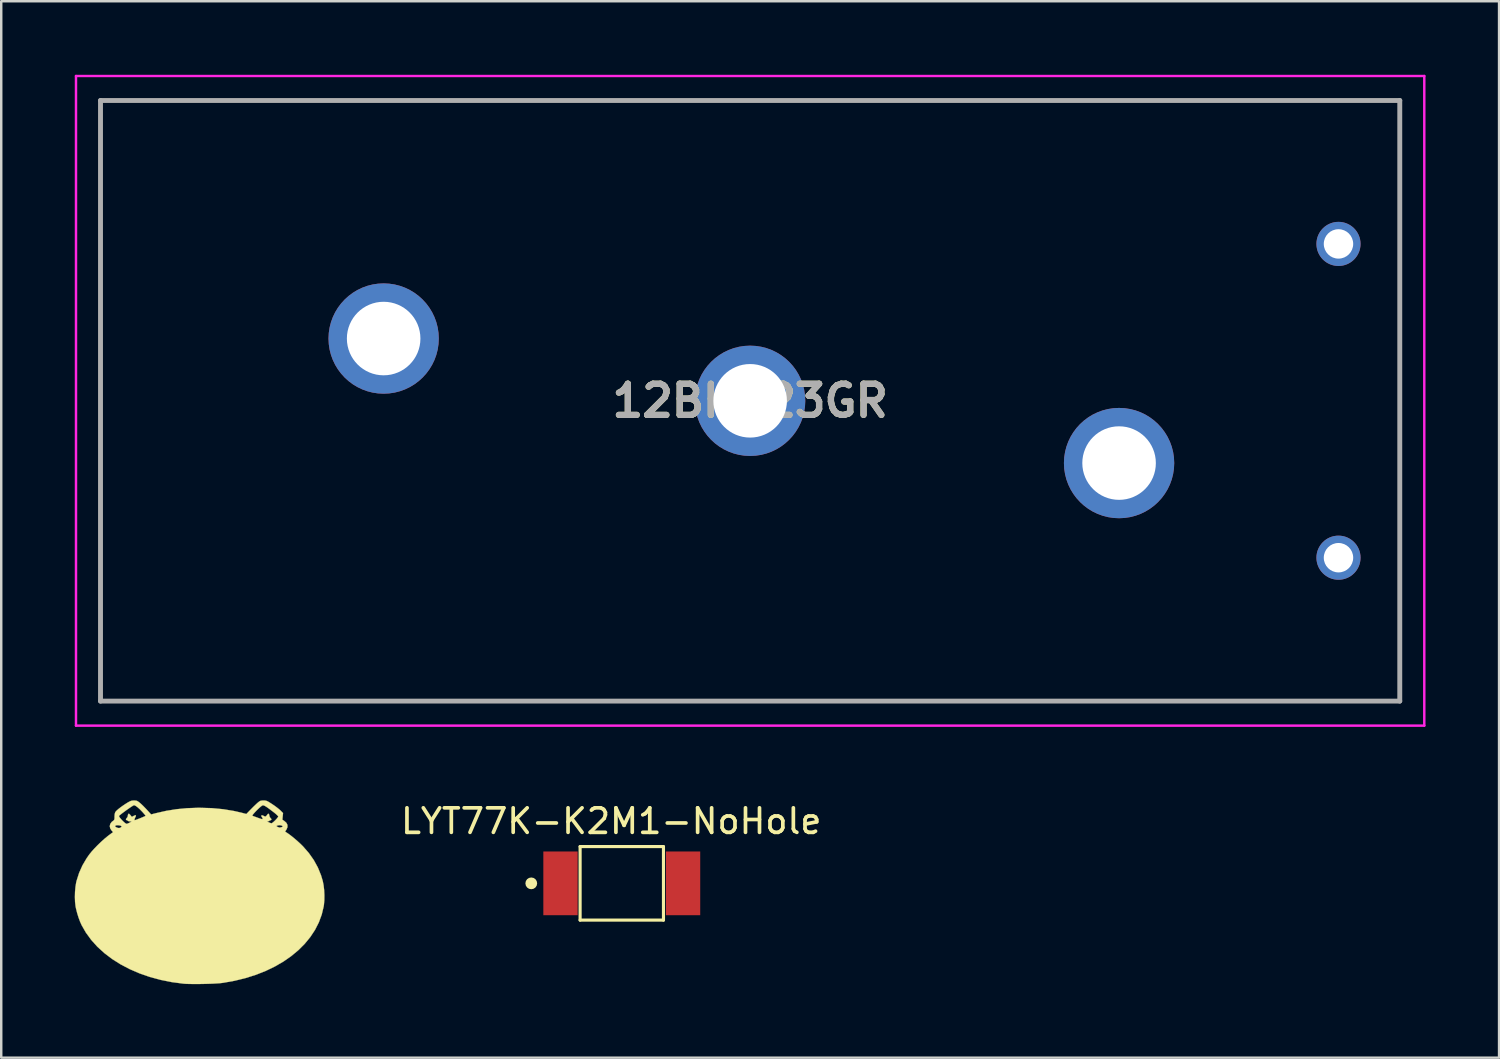
<source format=kicad_pcb>
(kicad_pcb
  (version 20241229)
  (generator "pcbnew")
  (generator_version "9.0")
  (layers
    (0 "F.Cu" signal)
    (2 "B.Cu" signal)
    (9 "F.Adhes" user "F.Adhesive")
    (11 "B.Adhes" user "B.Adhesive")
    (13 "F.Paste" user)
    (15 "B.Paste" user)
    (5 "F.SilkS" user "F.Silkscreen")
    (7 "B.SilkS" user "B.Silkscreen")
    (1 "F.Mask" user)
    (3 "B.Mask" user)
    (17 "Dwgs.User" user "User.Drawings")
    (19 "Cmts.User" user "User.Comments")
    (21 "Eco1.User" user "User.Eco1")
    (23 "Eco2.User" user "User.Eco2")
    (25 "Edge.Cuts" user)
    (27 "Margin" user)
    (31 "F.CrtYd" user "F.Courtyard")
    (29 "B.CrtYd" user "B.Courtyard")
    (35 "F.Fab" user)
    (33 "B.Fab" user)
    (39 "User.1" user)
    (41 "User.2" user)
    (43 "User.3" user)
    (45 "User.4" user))
  (footprint "logoMeli"
    (layer "F.Cu")
    (at 5.083 33.373)
    (property "Reference" "logoMeli" (at 0 0 0) (layer "F.SilkS") (effects (font (size 1.27 1.27) (thickness 0.15))))
    (attr through_hole)
    (fp_poly (pts (xy -2.634 -3.571) (xy -2.582 -3.548) (xy -2.521 -3.504) (xy -2.447 -3.439) (xy -2.354 -3.35) (xy -2.24 -3.236) (xy -2.1 -3.094) (xy -2.092 -3.085) (xy -1.606 -2.593) (xy -1.446 -2.265) (xy -1.3 -1.96) (xy -1.159 -1.655) (xy -1.019 -1.343) (xy -0.877 -1.017) (xy -0.73 -0.67) (xy -0.574 -0.294) (xy -0.474 -0.045) (xy -0.394 0.152) (xy -0.33 0.315) (xy -0.279 0.449) (xy -0.24 0.559) (xy -0.211 0.649) (xy -0.191 0.724) (xy -0.179 0.79) (xy -0.172 0.85) (xy -0.169 0.91) (xy -0.169 0.928) (xy -0.18 1.041) (xy -0.217 1.128) (xy -0.286 1.198) (xy -0.386 1.257) (xy -0.441 1.281) (xy -0.5 1.301) (xy -0.57 1.318) (xy -0.657 1.333) (xy -0.765 1.347) (xy -0.9 1.361) (xy -1.068 1.375) (xy -1.206 1.386) (xy -1.553 1.409) (xy -1.862 1.423) (xy -2.139 1.429) (xy -2.388 1.425) (xy -2.614 1.414) (xy -2.688 1.408) (xy -3.069 1.368) (xy -3.413 1.321) (xy -3.715 1.267) (xy -3.891 1.239) (xy -4.033 1.233) (xy -4.145 1.249) (xy -4.228 1.288) (xy -4.229 1.288) (xy -4.284 1.318) (xy -4.329 1.325) (xy -4.334 1.324) (xy -4.36 1.301) (xy -4.403 1.249) (xy -4.457 1.175) (xy -4.518 1.086) (xy -4.58 0.989) (xy -4.639 0.893) (xy -4.69 0.803) (xy -4.716 0.751) (xy -4.8 0.551) (xy -4.863 0.34) (xy -4.889 0.212) (xy -4.901 0.111) (xy -4.908 0.004) (xy -4.909 -0.096) (xy -4.905 -0.181) (xy -4.896 -0.239) (xy -4.889 -0.254) (xy -4.874 -0.271) (xy -4.869 -0.25) (xy -4.869 -0.24) (xy -4.868 -0.226) (xy -4.862 -0.215) (xy -4.845 -0.208) (xy -4.814 -0.202) (xy -4.763 -0.199) (xy -4.687 -0.197) (xy -4.581 -0.197) (xy -4.44 -0.198) (xy -4.355 -0.198) (xy -4.2 -0.199) (xy -4.072 -0.198) (xy -3.962 -0.196) (xy -3.863 -0.19) (xy -3.767 -0.18) (xy -3.668 -0.164) (xy -3.558 -0.143) (xy -3.43 -0.115) (xy -3.275 -0.079) (xy -3.086 -0.033) (xy -3.08 -0.032) (xy -2.904 0.012) (xy -2.74 0.057) (xy -2.577 0.106) (xy -2.407 0.162) (xy -2.221 0.227) (xy -2.009 0.305) (xy -1.899 0.347) (xy -1.749 0.402) (xy -1.636 0.44) (xy -1.559 0.462) (xy -1.515 0.466) (xy -1.503 0.458) (xy -1.51 0.435) (xy -1.528 0.384) (xy -1.555 0.314) (xy -1.558 0.304) (xy -1.572 0.269) (xy -1.583 0.234) (xy -1.593 0.197) (xy -1.601 0.153) (xy -1.609 0.099) (xy -1.616 0.031) (xy -1.623 -0.055) (xy -1.63 -0.162) (xy -1.637 -0.295) (xy -1.644 -0.456) (xy -1.653 -0.65) (xy -1.663 -0.88) (xy -1.67 -1.037) (xy -1.677 -1.191) (xy -1.683 -1.311) (xy -1.691 -1.406) (xy -1.7 -1.484) (xy -1.713 -1.555) (xy -1.73 -1.628) (xy -1.753 -1.709) (xy -1.765 -1.751) (xy -1.812 -1.902) (xy -1.862 -2.037) (xy -1.912 -2.15) (xy -1.958 -2.235) (xy -1.998 -2.284) (xy -1.998 -2.284) (xy -2.032 -2.298) (xy -2.097 -2.314) (xy -2.184 -2.329) (xy -2.248 -2.338) (xy -2.425 -2.369) (xy -2.631 -2.421) (xy -2.794 -2.472) (xy -2.919 -2.512) (xy -3.043 -2.552) (xy -3.154 -2.587) (xy -3.241 -2.614) (xy -3.27 -2.623) (xy -3.367 -2.653) (xy -3.429 -2.676) (xy -3.459 -2.696) (xy -3.465 -2.717) (xy -3.452 -2.739) (xy -3.404 -2.766) (xy -3.332 -2.772) (xy -3.244 -2.758) (xy -3.152 -2.724) (xy -3.143 -2.72) (xy -3.015 -2.677) (xy -2.88 -2.671) (xy -2.762 -2.693) (xy -2.667 -2.718) (xy -2.566 -2.622) (xy -2.505 -2.565) (xy -2.448 -2.516) (xy -2.414 -2.49) (xy -2.36 -2.465) (xy -2.309 -2.456) (xy -2.274 -2.465) (xy -2.265 -2.482) (xy -2.278 -2.507) (xy -2.314 -2.557) (xy -2.368 -2.627) (xy -2.434 -2.71) (xy -2.466 -2.748) (xy -2.537 -2.833) (xy -2.596 -2.907) (xy -2.641 -2.962) (xy -2.664 -2.993) (xy -2.667 -2.998) (xy -2.658 -3.022) (xy -2.637 -3.066) (xy -2.634 -3.072) (xy -2.611 -3.124) (xy -2.617 -3.146) (xy -2.652 -3.139) (xy -2.691 -3.121) (xy -2.76 -3.085) (xy -2.816 -3.151) (xy -2.86 -3.194) (xy -2.887 -3.199) (xy -2.899 -3.165) (xy -2.9 -3.143) (xy -2.915 -3.094) (xy -2.942 -3.059) (xy -2.978 -3.017) (xy -2.979 -2.991) (xy -2.955 -2.985) (xy -2.918 -2.97) (xy -2.9 -2.953) (xy -2.86 -2.929) (xy -2.812 -2.921) (xy -2.759 -2.909) (xy -2.735 -2.878) (xy -2.744 -2.841) (xy -2.763 -2.823) (xy -2.809 -2.804) (xy -2.874 -2.795) (xy -2.891 -2.794) (xy -2.953 -2.8) (xy -3.009 -2.824) (xy -3.075 -2.873) (xy -3.075 -2.873) (xy -3.167 -2.957) (xy -3.235 -3.033) (xy -3.273 -3.095) (xy -3.281 -3.126) (xy -3.276 -3.146) (xy -3.258 -3.17) (xy -3.224 -3.204) (xy -3.17 -3.249) (xy -3.091 -3.31) (xy -2.984 -3.389) (xy -2.892 -3.455) (xy -2.826 -3.503) (xy -2.772 -3.541) (xy -2.724 -3.566) (xy -2.68 -3.576) (xy -2.634 -3.571)) (stroke (width 0.01) (type solid)) (fill yes) (layer "F.Mask"))
    (fp_poly (pts (xy 2.682 -3.587) (xy 2.728 -3.565) (xy 2.78 -3.53) (xy 2.842 -3.485) (xy 2.85 -3.479) (xy 2.985 -3.381) (xy 3.088 -3.303) (xy 3.162 -3.242) (xy 3.21 -3.197) (xy 3.234 -3.165) (xy 3.239 -3.148) (xy 3.221 -3.093) (xy 3.172 -3.023) (xy 3.096 -2.946) (xy 3.04 -2.898) (xy 2.971 -2.848) (xy 2.914 -2.823) (xy 2.854 -2.815) (xy 2.848 -2.815) (xy 2.782 -2.822) (xy 2.729 -2.839) (xy 2.721 -2.844) (xy 2.692 -2.881) (xy 2.7 -2.916) (xy 2.74 -2.938) (xy 2.773 -2.942) (xy 2.825 -2.952) (xy 2.85 -2.974) (xy 2.879 -3.001) (xy 2.902 -3.006) (xy 2.937 -3.015) (xy 2.934 -3.042) (xy 2.9 -3.08) (xy 2.867 -3.126) (xy 2.857 -3.166) (xy 2.848 -3.215) (xy 2.825 -3.224) (xy 2.791 -3.194) (xy 2.785 -3.185) (xy 2.736 -3.141) (xy 2.671 -3.137) (xy 2.621 -3.156) (xy 2.58 -3.17) (xy 2.567 -3.156) (xy 2.586 -3.115) (xy 2.591 -3.108) (xy 2.616 -3.062) (xy 2.625 -3.031) (xy 2.612 -3.004) (xy 2.576 -2.953) (xy 2.523 -2.884) (xy 2.458 -2.805) (xy 2.451 -2.797) (xy 2.382 -2.716) (xy 2.321 -2.643) (xy 2.274 -2.588) (xy 2.247 -2.556) (xy 2.247 -2.555) (xy 2.227 -2.518) (xy 2.238 -2.494) (xy 2.279 -2.479) (xy 2.337 -2.497) (xy 2.417 -2.548) (xy 2.498 -2.616) (xy 2.565 -2.674) (xy 2.612 -2.708) (xy 2.648 -2.723) (xy 2.682 -2.723) (xy 2.696 -2.72) (xy 2.835 -2.697) (xy 2.947 -2.694) (xy 3.041 -2.714) (xy 3.1 -2.739) (xy 3.184 -2.774) (xy 3.27 -2.792) (xy 3.345 -2.792) (xy 3.397 -2.773) (xy 3.406 -2.765) (xy 3.417 -2.742) (xy 3.408 -2.721) (xy 3.372 -2.698) (xy 3.304 -2.671) (xy 3.201 -2.637) (xy 3.196 -2.636) (xy 3.105 -2.607) (xy 2.989 -2.569) (xy 2.862 -2.528) (xy 2.738 -2.488) (xy 2.731 -2.486) (xy 2.609 -2.449) (xy 2.485 -2.415) (xy 2.371 -2.387) (xy 2.282 -2.37) (xy 2.275 -2.369) (xy 2.186 -2.357) (xy 2.104 -2.346) (xy 2.047 -2.338) (xy 2.041 -2.337) (xy 1.985 -2.32) (xy 1.937 -2.282) (xy 1.892 -2.218) (xy 1.847 -2.123) (xy 1.807 -2.019) (xy 1.763 -1.893) (xy 1.727 -1.781) (xy 1.698 -1.675) (xy 1.674 -1.571) (xy 1.656 -1.461) (xy 1.642 -1.339) (xy 1.631 -1.199) (xy 1.622 -1.034) (xy 1.614 -0.837) (xy 1.609 -0.677) (xy 1.602 -0.473) (xy 1.596 -0.307) (xy 1.59 -0.171) (xy 1.584 -0.062) (xy 1.575 0.025) (xy 1.566 0.097) (xy 1.553 0.159) (xy 1.538 0.215) (xy 1.52 0.271) (xy 1.502 0.321) (xy 1.479 0.387) (xy 1.466 0.436) (xy 1.466 0.457) (xy 1.488 0.453) (xy 1.544 0.436) (xy 1.628 0.408) (xy 1.734 0.37) (xy 1.857 0.326) (xy 1.929 0.3) (xy 2.072 0.247) (xy 2.214 0.196) (xy 2.345 0.149) (xy 2.458 0.109) (xy 2.543 0.081) (xy 2.561 0.075) (xy 2.668 0.043) (xy 2.806 0.006) (xy 2.964 -0.034) (xy 3.132 -0.076) (xy 3.3 -0.115) (xy 3.456 -0.15) (xy 3.591 -0.178) (xy 3.609 -0.181) (xy 3.721 -0.197) (xy 3.866 -0.209) (xy 4.035 -0.217) (xy 4.217 -0.221) (xy 4.403 -0.22) (xy 4.585 -0.215) (xy 4.635 -0.212) (xy 4.722 -0.208) (xy 4.775 -0.208) (xy 4.805 -0.215) (xy 4.819 -0.23) (xy 4.827 -0.255) (xy 4.837 -0.286) (xy 4.845 -0.284) (xy 4.858 -0.245) (xy 4.861 -0.233) (xy 4.87 -0.168) (xy 4.87 -0.074) (xy 4.863 0.039) (xy 4.85 0.159) (xy 4.831 0.275) (xy 4.816 0.343) (xy 4.741 0.574) (xy 4.635 0.803) (xy 4.492 1.036) (xy 4.43 1.126) (xy 4.374 1.204) (xy 4.328 1.263) (xy 4.299 1.295) (xy 4.295 1.298) (xy 4.26 1.304) (xy 4.208 1.281) (xy 4.179 1.262) (xy 4.084 1.22) (xy 3.963 1.206) (xy 3.814 1.219) (xy 3.721 1.237) (xy 3.585 1.264) (xy 3.416 1.292) (xy 3.222 1.319) (xy 3.013 1.344) (xy 2.798 1.367) (xy 2.585 1.387) (xy 2.384 1.402) (xy 2.203 1.412) (xy 2.052 1.416) (xy 2.014 1.415) (xy 1.932 1.413) (xy 1.819 1.408) (xy 1.685 1.401) (xy 1.543 1.392) (xy 1.429 1.385) (xy 1.18 1.367) (xy 0.96 1.348) (xy 0.773 1.33) (xy 0.621 1.311) (xy 0.508 1.293) (xy 0.482 1.288) (xy 0.376 1.252) (xy 0.274 1.192) (xy 0.193 1.121) (xy 0.168 1.088) (xy 0.139 1.013) (xy 0.128 0.909) (xy 0.134 0.786) (xy 0.159 0.654) (xy 0.16 0.651) (xy 0.182 0.579) (xy 0.22 0.474) (xy 0.271 0.338) (xy 0.333 0.177) (xy 0.406 -0.005) (xy 0.487 -0.204) (xy 0.574 -0.415) (xy 0.666 -0.635) (xy 0.761 -0.857) (xy 0.856 -1.079) (xy 0.95 -1.296) (xy 1.042 -1.504) (xy 1.128 -1.697) (xy 1.209 -1.872) (xy 1.209 -1.873) (xy 1.293 -2.053) (xy 1.361 -2.2) (xy 1.418 -2.32) (xy 1.468 -2.419) (xy 1.514 -2.502) (xy 1.56 -2.574) (xy 1.61 -2.642) (xy 1.669 -2.711) (xy 1.738 -2.786) (xy 1.823 -2.873) (xy 1.927 -2.978) (xy 2.05 -3.101) (xy 2.193 -3.245) (xy 2.31 -3.361) (xy 2.404 -3.451) (xy 2.479 -3.518) (xy 2.541 -3.563) (xy 2.593 -3.589) (xy 2.638 -3.596) (xy 2.682 -3.587)) (stroke (width 0.01) (type solid)) (fill yes) (layer "F.Mask"))
    (fp_poly (pts (xy 2.67 -3.767) (xy 2.715 -3.76) (xy 2.76 -3.746) (xy 2.813 -3.719) (xy 2.885 -3.675) (xy 2.97 -3.62) (xy 3.07 -3.552) (xy 3.167 -3.48) (xy 3.251 -3.413) (xy 3.305 -3.364) (xy 3.413 -3.256) (xy 3.399 -3.121) (xy 3.386 -2.986) (xy 3.468 -2.931) (xy 3.55 -2.858) (xy 3.592 -2.773) (xy 3.593 -2.681) (xy 3.553 -2.586) (xy 3.547 -2.576) (xy 3.495 -2.5) (xy 3.573 -2.451) (xy 3.659 -2.392) (xy 3.766 -2.311) (xy 3.884 -2.214) (xy 4.005 -2.11) (xy 4.118 -2.006) (xy 4.216 -1.91) (xy 4.226 -1.9) (xy 4.467 -1.623) (xy 4.668 -1.337) (xy 4.833 -1.037) (xy 4.962 -0.72) (xy 5.032 -0.487) (xy 5.066 -0.316) (xy 5.089 -0.12) (xy 5.099 0.089) (xy 5.097 0.294) (xy 5.081 0.483) (xy 5.071 0.55) (xy 4.992 0.882) (xy 4.874 1.201) (xy 4.718 1.507) (xy 4.526 1.799) (xy 4.299 2.076) (xy 4.039 2.336) (xy 3.748 2.578) (xy 3.428 2.801) (xy 3.079 3.003) (xy 2.704 3.184) (xy 2.304 3.342) (xy 1.88 3.476) (xy 1.435 3.585) (xy 0.97 3.668) (xy 0.931 3.673) (xy 0.826 3.685) (xy 0.687 3.694) (xy 0.522 3.703) (xy 0.34 3.709) (xy 0.149 3.714) (xy -0.042 3.717) (xy -0.225 3.717) (xy -0.391 3.715) (xy -0.533 3.711) (xy -0.641 3.704) (xy -0.646 3.703) (xy -1.122 3.64) (xy -1.581 3.548) (xy -2.022 3.429) (xy -2.442 3.283) (xy -2.84 3.111) (xy -3.212 2.916) (xy -3.558 2.698) (xy -3.874 2.458) (xy -4.16 2.198) (xy -4.412 1.918) (xy -4.629 1.62) (xy -4.803 1.316) (xy -4.867 1.173) (xy -4.93 1.003) (xy -4.986 0.822) (xy -5.03 0.647) (xy -5.05 0.55) (xy -5.071 0.373) (xy -5.078 0.172) (xy -5.073 -0.037) (xy -5.055 -0.24) (xy -5.026 -0.423) (xy -5.011 -0.487) (xy -4.906 -0.816) (xy -4.769 -1.123) (xy -4.595 -1.418) (xy -4.491 -1.566) (xy -4.4 -1.68) (xy -4.283 -1.809) (xy -4.151 -1.946) (xy -4.011 -2.081) (xy -3.873 -2.205) (xy -3.746 -2.31) (xy -3.713 -2.336) (xy -3.52 -2.479) (xy -3.58 -2.543) (xy -3.637 -2.631) (xy -3.655 -2.722) (xy -3.439 -2.722) (xy -3.422 -2.694) (xy -3.364 -2.664) (xy -3.339 -2.655) (xy -3.279 -2.643) (xy -3.226 -2.658) (xy -3.214 -2.665) (xy -3.175 -2.696) (xy -3.177 -2.722) (xy -3.191 -2.73) (xy 3.146 -2.73) (xy 3.159 -2.71) (xy 3.198 -2.687) (xy 3.271 -2.664) (xy 3.343 -2.677) (xy 3.393 -2.702) (xy 3.399 -2.72) (xy 3.375 -2.738) (xy 3.331 -2.753) (xy 3.278 -2.761) (xy 3.239 -2.759) (xy 3.172 -2.745) (xy 3.146 -2.73) (xy -3.191 -2.73) (xy -3.214 -2.743) (xy -3.276 -2.756) (xy -3.344 -2.76) (xy -3.401 -2.754) (xy -3.414 -2.748) (xy -3.439 -2.722) (xy -3.655 -2.722) (xy -3.655 -2.724) (xy -3.634 -2.814) (xy -3.576 -2.894) (xy -3.535 -2.926) (xy -3.495 -2.956) (xy -3.473 -2.984) (xy -3.463 -3.025) (xy -3.461 -3.091) (xy -3.461 -3.113) (xy -3.459 -3.136) (xy -3.281 -3.136) (xy -3.265 -3.098) (xy -3.225 -3.043) (xy -3.17 -2.98) (xy -3.107 -2.916) (xy -3.046 -2.862) (xy -2.995 -2.826) (xy -2.968 -2.816) (xy -2.934 -2.825) (xy -2.88 -2.848) (xy -2.851 -2.863) (xy -2.762 -2.91) (xy -2.842 -2.917) (xy -2.893 -2.926) (xy -2.92 -2.94) (xy -2.921 -2.943) (xy -2.938 -2.961) (xy -2.952 -2.963) (xy -2.99 -2.977) (xy -2.996 -3.009) (xy -2.969 -3.047) (xy -2.967 -3.05) (xy -2.932 -3.095) (xy -2.921 -3.136) (xy -2.912 -3.19) (xy -2.899 -3.217) (xy -2.882 -3.232) (xy -2.858 -3.22) (xy -2.819 -3.179) (xy -2.816 -3.175) (xy -2.754 -3.101) (xy -2.679 -3.141) (xy -2.619 -3.167) (xy -2.589 -3.163) (xy -2.591 -3.131) (xy -2.61 -3.092) (xy -2.633 -3.042) (xy -2.646 -2.996) (xy -2.645 -2.967) (xy -2.639 -2.963) (xy -2.611 -2.971) (xy -2.556 -2.99) (xy -2.483 -3.018) (xy -2.403 -3.05) (xy -2.324 -3.083) (xy -2.256 -3.112) (xy -2.209 -3.134) (xy -2.193 -3.145) (xy -2.193 -3.145) (xy 2.16 -3.145) (xy 2.192 -3.134) (xy 2.254 -3.111) (xy 2.335 -3.082) (xy 2.387 -3.063) (xy 2.478 -3.03) (xy 2.537 -3.012) (xy 2.57 -3.009) (xy 2.582 -3.018) (xy 2.582 -3.023) (xy 2.569 -3.063) (xy 2.547 -3.094) (xy 2.524 -3.136) (xy 2.534 -3.161) (xy 2.569 -3.165) (xy 2.612 -3.146) (xy 2.671 -3.117) (xy 2.714 -3.121) (xy 2.751 -3.163) (xy 2.76 -3.176) (xy 2.797 -3.223) (xy 2.827 -3.228) (xy 2.847 -3.192) (xy 2.854 -3.153) (xy 2.871 -3.093) (xy 2.902 -3.053) (xy 2.935 -3.016) (xy 2.938 -2.983) (xy 2.911 -2.964) (xy 2.9 -2.963) (xy 2.865 -2.954) (xy 2.857 -2.942) (xy 2.839 -2.927) (xy 2.799 -2.92) (xy 2.767 -2.919) (xy 2.765 -2.911) (xy 2.798 -2.893) (xy 2.826 -2.88) (xy 2.885 -2.855) (xy 2.93 -2.84) (xy 2.94 -2.838) (xy 2.968 -2.851) (xy 3.016 -2.888) (xy 3.075 -2.942) (xy 3.094 -2.96) (xy 3.151 -3.021) (xy 3.194 -3.074) (xy 3.216 -3.11) (xy 3.217 -3.116) (xy 3.201 -3.141) (xy 3.158 -3.185) (xy 3.093 -3.242) (xy 3.014 -3.305) (xy 3.011 -3.307) (xy 2.886 -3.401) (xy 2.79 -3.472) (xy 2.717 -3.521) (xy 2.662 -3.553) (xy 2.622 -3.569) (xy 2.591 -3.572) (xy 2.578 -3.57) (xy 2.544 -3.551) (xy 2.493 -3.511) (xy 2.43 -3.455) (xy 2.362 -3.39) (xy 2.295 -3.322) (xy 2.236 -3.257) (xy 2.189 -3.202) (xy 2.162 -3.163) (xy 2.16 -3.145) (xy -2.193 -3.145) (xy -2.207 -3.166) (xy -2.244 -3.211) (xy -2.296 -3.271) (xy -2.329 -3.308) (xy -2.429 -3.411) (xy -2.52 -3.493) (xy -2.597 -3.549) (xy -2.655 -3.576) (xy -2.669 -3.577) (xy -2.695 -3.565) (xy -2.748 -3.533) (xy -2.819 -3.486) (xy -2.903 -3.428) (xy -2.993 -3.364) (xy -3.08 -3.3) (xy -3.16 -3.24) (xy -3.224 -3.189) (xy -3.267 -3.153) (xy -3.281 -3.136) (xy -3.459 -3.136) (xy -3.455 -3.211) (xy -3.437 -3.279) (xy -3.421 -3.307) (xy -3.379 -3.354) (xy -3.308 -3.417) (xy -3.216 -3.489) (xy -3.11 -3.565) (xy -2.998 -3.639) (xy -2.933 -3.68) (xy -2.851 -3.726) (xy -2.789 -3.753) (xy -2.731 -3.765) (xy -2.665 -3.768) (xy -2.597 -3.765) (xy -2.546 -3.754) (xy -2.498 -3.727) (xy -2.435 -3.679) (xy -2.431 -3.675) (xy -2.37 -3.621) (xy -2.292 -3.546) (xy -2.208 -3.46) (xy -2.143 -3.392) (xy -1.969 -3.201) (xy -1.773 -3.251) (xy -1.35 -3.347) (xy -0.931 -3.414) (xy -0.505 -3.455) (xy -0.058 -3.471) (xy 0.015 -3.471) (xy 0.508 -3.457) (xy 0.973 -3.413) (xy 1.415 -3.34) (xy 1.714 -3.271) (xy 1.916 -3.218) (xy 2.106 -3.414) (xy 2.188 -3.497) (xy 2.27 -3.576) (xy 2.342 -3.644) (xy 2.391 -3.688) (xy 2.45 -3.734) (xy 2.498 -3.757) (xy 2.555 -3.766) (xy 2.615 -3.768) (xy 2.67 -3.767)) (stroke (width 0.01) (type solid)) (fill yes) (layer "F.SilkS")))
  (footprint "12BH423GR"
    (layer "F.Cu")
    (at 51.55 6.9)
    (property "Reference" "12BH423GR" (at -24 6.4 0) (layer "F.SilkS") (effects (font (size 1.27 1.27) (thickness 0.254))))
    (attr through_hole)
    (fp_line (start -50.5 -5.85) (end 2.5 -5.85) (stroke (width 0.1) (type solid)) (layer "F.SilkS"))
    (fp_line (start -50.5 18.65) (end -50.5 -5.85) (stroke (width 0.1) (type solid)) (layer "F.SilkS"))
    (fp_line (start 2.5 -5.85) (end 2.5 18.65) (stroke (width 0.1) (type solid)) (layer "F.SilkS"))
    (fp_line (start 2.5 18.65) (end -50.5 18.65) (stroke (width 0.1) (type solid)) (layer "F.SilkS"))
    (fp_line (start -51.5 -6.85) (end 3.5 -6.85) (stroke (width 0.1) (type solid)) (layer "F.CrtYd"))
    (fp_line (start -51.5 19.65) (end -51.5 -6.85) (stroke (width 0.1) (type solid)) (layer "F.CrtYd"))
    (fp_line (start 3.5 -6.85) (end 3.5 19.65) (stroke (width 0.1) (type solid)) (layer "F.CrtYd"))
    (fp_line (start 3.5 19.65) (end -51.5 19.65) (stroke (width 0.1) (type solid)) (layer "F.CrtYd"))
    (fp_line (start -50.5 -5.85) (end 2.5 -5.85) (stroke (width 0.2) (type solid)) (layer "F.Fab"))
    (fp_line (start -50.5 18.65) (end -50.5 -5.85) (stroke (width 0.2) (type solid)) (layer "F.Fab"))
    (fp_line (start 2.5 -5.85) (end 2.5 18.65) (stroke (width 0.2) (type solid)) (layer "F.Fab"))
    (fp_line (start 2.5 18.65) (end -50.5 18.65) (stroke (width 0.2) (type solid)) (layer "F.Fab"))
    (fp_text user "${REFERENCE}" (at -24 6.4 0) (layer "F.Fab") (effects (font (size 1.27 1.27) (thickness 0.254))))
    (pad "1" thru_hole circle (at 0 0) (size 1.8 1.8) (drill 1.2) (layers "*.Cu" "*.Mask"))
    (pad "2" thru_hole circle (at 0 12.8) (size 1.8 1.8) (drill 1.2) (layers "*.Cu" "*.Mask"))
    (pad "3" thru_hole circle (at -24 6.4) (size 4.5 4.5) (drill 3) (layers "*.Cu" "*.Mask"))
    (pad "4" thru_hole circle (at -8.95 8.94) (size 4.5 4.5) (drill 3) (layers "*.Cu" "*.Mask"))
    (pad "5" thru_hole circle (at -38.95 3.86) (size 4.5 4.5) (drill 3) (layers "*.Cu" "*.Mask")))
  (footprint "LYT77K-K2M1-NoHole"
    (layer "F.Cu")
    (at 22.314 32.984)
    (property "Reference" "LYT77K-K2M1-NoHole" (at -0.43 -2.536 0) (layer "F.SilkS") (effects (font (size 1 1) (thickness 0.15))))
    (attr smd)
    (fp_line (start -1.7 -1.5) (end 1.7 -1.5) (stroke (width 0.127) (type solid)) (layer "F.SilkS"))
    (fp_line (start -1.7 1.5) (end -1.7 -1.5) (stroke (width 0.127) (type solid)) (layer "F.SilkS"))
    (fp_line (start 1.7 -1.5) (end 1.7 1.5) (stroke (width 0.127) (type solid)) (layer "F.SilkS"))
    (fp_line (start 1.7 1.5) (end -1.7 1.5) (stroke (width 0.127) (type solid)) (layer "F.SilkS"))
    (fp_circle (center -3.692 0) (end -3.572 0) (stroke (width 0.24) (type solid)) (fill no) (layer "F.SilkS"))
    (pad "1" smd rect (at -2.5 0) (size 1.4 2.6) (layers "F.Cu" "F.Mask" "F.Paste"))
    (pad "2" smd rect (at 2.5 0) (size 1.4 2.6) (layers "F.Cu" "F.Mask" "F.Paste")))
  (gr_rect
    (start -3 -3)
    (end 58.1 40.095)
    (stroke (width 0.1) (type default))
    (fill no)
    (layer "Edge.Cuts")))
</source>
